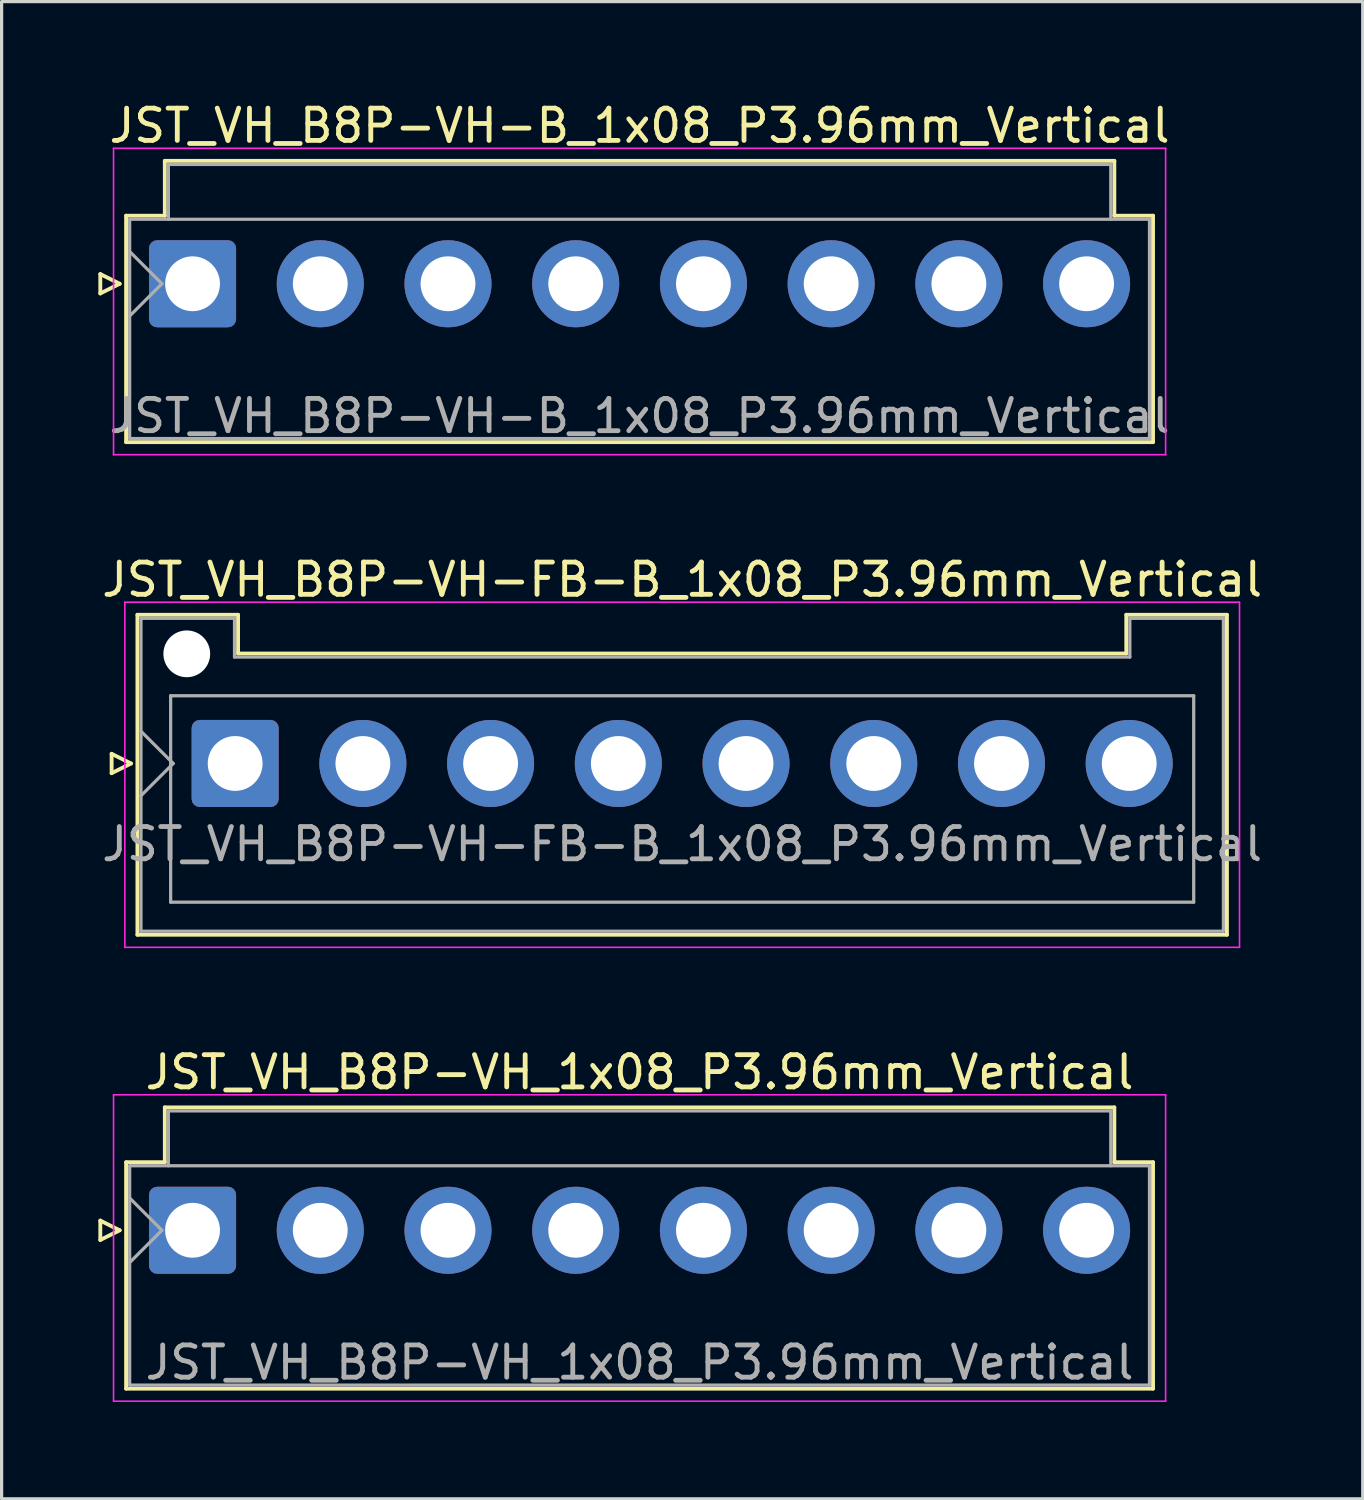
<source format=kicad_pcb>
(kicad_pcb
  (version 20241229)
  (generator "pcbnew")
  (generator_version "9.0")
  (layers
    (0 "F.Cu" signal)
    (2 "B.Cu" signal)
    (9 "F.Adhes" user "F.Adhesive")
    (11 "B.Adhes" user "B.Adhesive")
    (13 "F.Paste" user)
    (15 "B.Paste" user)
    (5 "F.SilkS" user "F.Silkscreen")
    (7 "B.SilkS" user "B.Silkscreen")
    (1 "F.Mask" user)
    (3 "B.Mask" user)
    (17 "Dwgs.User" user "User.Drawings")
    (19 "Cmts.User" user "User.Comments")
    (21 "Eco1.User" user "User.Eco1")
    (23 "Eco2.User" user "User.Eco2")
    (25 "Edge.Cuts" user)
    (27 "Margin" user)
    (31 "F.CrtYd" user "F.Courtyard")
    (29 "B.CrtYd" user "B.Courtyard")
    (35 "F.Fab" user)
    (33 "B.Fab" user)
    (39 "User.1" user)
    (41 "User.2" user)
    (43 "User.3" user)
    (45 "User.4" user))
  (footprint "JST_VH_B8P-VH-FB-B_1x08_P3.96mm_Vertical"
    (layer "F.Cu")
    (at 4.241 20.622)
    (property "Reference" "JST_VH_B8P-VH-FB-B_1x08_P3.96mm_Vertical" (at 13.86 -5.7 0) (layer "F.SilkS") (effects (font (size 1 1) (thickness 0.15))))
    (attr through_hole)
    (fp_line (start -3.83 -0.3) (end -3.23 0) (stroke (width 0.12) (type solid)) (layer "F.SilkS"))
    (fp_line (start -3.83 0.3) (end -3.83 -0.3) (stroke (width 0.12) (type solid)) (layer "F.SilkS"))
    (fp_line (start -3.23 0) (end -3.83 0.3) (stroke (width 0.12) (type solid)) (layer "F.SilkS"))
    (fp_line (start -3.03 -4.61) (end 0.09 -4.61) (stroke (width 0.12) (type solid)) (layer "F.SilkS"))
    (fp_line (start -3.03 5.31) (end -3.03 -4.61) (stroke (width 0.12) (type solid)) (layer "F.SilkS"))
    (fp_line (start 0.09 -4.61) (end 0.09 -3.41) (stroke (width 0.12) (type solid)) (layer "F.SilkS"))
    (fp_line (start 0.09 -3.41) (end 27.63 -3.41) (stroke (width 0.12) (type solid)) (layer "F.SilkS"))
    (fp_line (start 27.63 -4.61) (end 30.75 -4.61) (stroke (width 0.12) (type solid)) (layer "F.SilkS"))
    (fp_line (start 27.63 -3.41) (end 27.63 -4.61) (stroke (width 0.12) (type solid)) (layer "F.SilkS"))
    (fp_line (start 30.75 -4.61) (end 30.75 5.31) (stroke (width 0.12) (type solid)) (layer "F.SilkS"))
    (fp_line (start 30.75 5.31) (end -3.03 5.31) (stroke (width 0.12) (type solid)) (layer "F.SilkS"))
    (fp_line (start -3.42 -5) (end -3.42 5.7) (stroke (width 0.05) (type solid)) (layer "F.CrtYd"))
    (fp_line (start -3.42 5.7) (end 31.14 5.7) (stroke (width 0.05) (type solid)) (layer "F.CrtYd"))
    (fp_line (start 31.14 -5) (end -3.42 -5) (stroke (width 0.05) (type solid)) (layer "F.CrtYd"))
    (fp_line (start 31.14 5.7) (end 31.14 -5) (stroke (width 0.05) (type solid)) (layer "F.CrtYd"))
    (fp_line (start -2.92 -4.5) (end -0.02 -4.5) (stroke (width 0.1) (type solid)) (layer "F.Fab"))
    (fp_line (start -2.92 -1) (end -1.92 0) (stroke (width 0.1) (type solid)) (layer "F.Fab"))
    (fp_line (start -2.92 1) (end -1.92 0) (stroke (width 0.1) (type solid)) (layer "F.Fab"))
    (fp_line (start -2.92 5.2) (end -2.92 -4.5) (stroke (width 0.1) (type solid)) (layer "F.Fab"))
    (fp_line (start -2 -2.1) (end 29.72 -2.1) (stroke (width 0.1) (type solid)) (layer "F.Fab"))
    (fp_line (start -2 4.3) (end -2 -2.1) (stroke (width 0.1) (type solid)) (layer "F.Fab"))
    (fp_line (start -0.02 -4.5) (end -0.02 -3.3) (stroke (width 0.1) (type solid)) (layer "F.Fab"))
    (fp_line (start -0.02 -3.3) (end 27.74 -3.3) (stroke (width 0.1) (type solid)) (layer "F.Fab"))
    (fp_line (start 27.74 -4.5) (end 30.64 -4.5) (stroke (width 0.1) (type solid)) (layer "F.Fab"))
    (fp_line (start 27.74 -3.3) (end 27.74 -4.5) (stroke (width 0.1) (type solid)) (layer "F.Fab"))
    (fp_line (start 29.72 -2.1) (end 29.72 4.3) (stroke (width 0.1) (type solid)) (layer "F.Fab"))
    (fp_line (start 29.72 4.3) (end -2 4.3) (stroke (width 0.1) (type solid)) (layer "F.Fab"))
    (fp_line (start 30.64 -4.5) (end 30.64 5.2) (stroke (width 0.1) (type solid)) (layer "F.Fab"))
    (fp_line (start 30.64 5.2) (end -2.92 5.2) (stroke (width 0.1) (type solid)) (layer "F.Fab"))
    (fp_text user "${REFERENCE}" (at 13.86 2.5 0) (layer "F.Fab") (effects (font (size 1 1) (thickness 0.15))))
    (pad "" np_thru_hole circle (at -1.5 -3.4) (size 1.45 1.45) (drill 1.45) (layers "*.Cu" "*.Mask"))
    (pad "1" thru_hole roundrect (at 0 0) (size 2.7 2.7) (drill 1.7) (layers "*.Cu" "*.Mask") (roundrect_rratio 0.093))
    (pad "2" thru_hole circle (at 3.96 0) (size 2.7 2.7) (drill 1.7) (layers "*.Cu" "*.Mask"))
    (pad "3" thru_hole circle (at 7.92 0) (size 2.7 2.7) (drill 1.7) (layers "*.Cu" "*.Mask"))
    (pad "4" thru_hole circle (at 11.88 0) (size 2.7 2.7) (drill 1.7) (layers "*.Cu" "*.Mask"))
    (pad "5" thru_hole circle (at 15.84 0) (size 2.7 2.7) (drill 1.7) (layers "*.Cu" "*.Mask"))
    (pad "6" thru_hole circle (at 19.8 0) (size 2.7 2.7) (drill 1.7) (layers "*.Cu" "*.Mask"))
    (pad "7" thru_hole circle (at 23.76 0) (size 2.7 2.7) (drill 1.7) (layers "*.Cu" "*.Mask"))
    (pad "8" thru_hole circle (at 27.72 0) (size 2.7 2.7) (drill 1.7) (layers "*.Cu" "*.Mask")))
  (footprint "JST_VH_B8P-VH-B_1x08_P3.96mm_Vertical"
    (layer "F.Cu")
    (at 2.92 5.748)
    (property "Reference" "JST_VH_B8P-VH-B_1x08_P3.96mm_Vertical" (at 13.86 -4.9 0) (layer "F.SilkS") (effects (font (size 1 1) (thickness 0.15))))
    (attr through_hole)
    (fp_line (start -2.86 -0.3) (end -2.26 0) (stroke (width 0.12) (type solid)) (layer "F.SilkS"))
    (fp_line (start -2.86 0.3) (end -2.86 -0.3) (stroke (width 0.12) (type solid)) (layer "F.SilkS"))
    (fp_line (start -2.26 0) (end -2.86 0.3) (stroke (width 0.12) (type solid)) (layer "F.SilkS"))
    (fp_line (start -2.06 -2.11) (end -0.86 -2.11) (stroke (width 0.12) (type solid)) (layer "F.SilkS"))
    (fp_line (start -2.06 4.91) (end -2.06 -2.11) (stroke (width 0.12) (type solid)) (layer "F.SilkS"))
    (fp_line (start -0.86 -3.81) (end 28.58 -3.81) (stroke (width 0.12) (type solid)) (layer "F.SilkS"))
    (fp_line (start -0.86 -2.11) (end -0.86 -3.81) (stroke (width 0.12) (type solid)) (layer "F.SilkS"))
    (fp_line (start 28.58 -3.81) (end 28.58 -2.11) (stroke (width 0.12) (type solid)) (layer "F.SilkS"))
    (fp_line (start 28.58 -2.11) (end 29.78 -2.11) (stroke (width 0.12) (type solid)) (layer "F.SilkS"))
    (fp_line (start 29.78 -2.11) (end 29.78 4.91) (stroke (width 0.12) (type solid)) (layer "F.SilkS"))
    (fp_line (start 29.78 4.91) (end -2.06 4.91) (stroke (width 0.12) (type solid)) (layer "F.SilkS"))
    (fp_line (start -2.45 -4.2) (end -2.45 5.3) (stroke (width 0.05) (type solid)) (layer "F.CrtYd"))
    (fp_line (start -2.45 5.3) (end 30.17 5.3) (stroke (width 0.05) (type solid)) (layer "F.CrtYd"))
    (fp_line (start 30.17 -4.2) (end -2.45 -4.2) (stroke (width 0.05) (type solid)) (layer "F.CrtYd"))
    (fp_line (start 30.17 5.3) (end 30.17 -4.2) (stroke (width 0.05) (type solid)) (layer "F.CrtYd"))
    (fp_line (start -1.95 -2) (end -1.95 4.8) (stroke (width 0.1) (type solid)) (layer "F.Fab"))
    (fp_line (start -1.95 -1) (end -0.95 0) (stroke (width 0.1) (type solid)) (layer "F.Fab"))
    (fp_line (start -1.95 1) (end -0.95 0) (stroke (width 0.1) (type solid)) (layer "F.Fab"))
    (fp_line (start -1.95 4.8) (end 29.67 4.8) (stroke (width 0.1) (type solid)) (layer "F.Fab"))
    (fp_line (start -0.75 -3.7) (end 28.47 -3.7) (stroke (width 0.1) (type solid)) (layer "F.Fab"))
    (fp_line (start -0.75 -2) (end -0.75 -3.7) (stroke (width 0.1) (type solid)) (layer "F.Fab"))
    (fp_line (start 28.47 -3.7) (end 28.47 -2) (stroke (width 0.1) (type solid)) (layer "F.Fab"))
    (fp_line (start 29.67 -2) (end -1.95 -2) (stroke (width 0.1) (type solid)) (layer "F.Fab"))
    (fp_line (start 29.67 4.8) (end 29.67 -2) (stroke (width 0.1) (type solid)) (layer "F.Fab"))
    (fp_text user "${REFERENCE}" (at 13.86 4.1 0) (layer "F.Fab") (effects (font (size 1 1) (thickness 0.15))))
    (pad "1" thru_hole roundrect (at 0 0) (size 2.7 2.7) (drill 1.7) (layers "*.Cu" "*.Mask") (roundrect_rratio 0.093))
    (pad "2" thru_hole circle (at 3.96 0) (size 2.7 2.7) (drill 1.7) (layers "*.Cu" "*.Mask"))
    (pad "3" thru_hole circle (at 7.92 0) (size 2.7 2.7) (drill 1.7) (layers "*.Cu" "*.Mask"))
    (pad "4" thru_hole circle (at 11.88 0) (size 2.7 2.7) (drill 1.7) (layers "*.Cu" "*.Mask"))
    (pad "5" thru_hole circle (at 15.84 0) (size 2.7 2.7) (drill 1.7) (layers "*.Cu" "*.Mask"))
    (pad "6" thru_hole circle (at 19.8 0) (size 2.7 2.7) (drill 1.7) (layers "*.Cu" "*.Mask"))
    (pad "7" thru_hole circle (at 23.76 0) (size 2.7 2.7) (drill 1.7) (layers "*.Cu" "*.Mask"))
    (pad "8" thru_hole circle (at 27.72 0) (size 2.7 2.7) (drill 1.7) (layers "*.Cu" "*.Mask")))
  (footprint "JST_VH_B8P-VH_1x08_P3.96mm_Vertical"
    (layer "F.Cu")
    (at 2.92 35.095)
    (property "Reference" "JST_VH_B8P-VH_1x08_P3.96mm_Vertical" (at 13.86 -4.9 0) (layer "F.SilkS") (effects (font (size 1 1) (thickness 0.15))))
    (attr through_hole)
    (fp_line (start -2.86 -0.3) (end -2.26 0) (stroke (width 0.12) (type solid)) (layer "F.SilkS"))
    (fp_line (start -2.86 0.3) (end -2.86 -0.3) (stroke (width 0.12) (type solid)) (layer "F.SilkS"))
    (fp_line (start -2.26 0) (end -2.86 0.3) (stroke (width 0.12) (type solid)) (layer "F.SilkS"))
    (fp_line (start -2.06 -2.11) (end -0.86 -2.11) (stroke (width 0.12) (type solid)) (layer "F.SilkS"))
    (fp_line (start -2.06 4.91) (end -2.06 -2.11) (stroke (width 0.12) (type solid)) (layer "F.SilkS"))
    (fp_line (start -0.86 -3.81) (end 28.58 -3.81) (stroke (width 0.12) (type solid)) (layer "F.SilkS"))
    (fp_line (start -0.86 -2.11) (end -0.86 -3.81) (stroke (width 0.12) (type solid)) (layer "F.SilkS"))
    (fp_line (start 28.58 -3.81) (end 28.58 -2.11) (stroke (width 0.12) (type solid)) (layer "F.SilkS"))
    (fp_line (start 28.58 -2.11) (end 29.78 -2.11) (stroke (width 0.12) (type solid)) (layer "F.SilkS"))
    (fp_line (start 29.78 -2.11) (end 29.78 4.91) (stroke (width 0.12) (type solid)) (layer "F.SilkS"))
    (fp_line (start 29.78 4.91) (end -2.06 4.91) (stroke (width 0.12) (type solid)) (layer "F.SilkS"))
    (fp_line (start -2.45 -4.2) (end -2.45 5.3) (stroke (width 0.05) (type solid)) (layer "F.CrtYd"))
    (fp_line (start -2.45 5.3) (end 30.17 5.3) (stroke (width 0.05) (type solid)) (layer "F.CrtYd"))
    (fp_line (start 30.17 -4.2) (end -2.45 -4.2) (stroke (width 0.05) (type solid)) (layer "F.CrtYd"))
    (fp_line (start 30.17 5.3) (end 30.17 -4.2) (stroke (width 0.05) (type solid)) (layer "F.CrtYd"))
    (fp_line (start -1.95 -2) (end -1.95 4.8) (stroke (width 0.1) (type solid)) (layer "F.Fab"))
    (fp_line (start -1.95 -1) (end -0.95 0) (stroke (width 0.1) (type solid)) (layer "F.Fab"))
    (fp_line (start -1.95 1) (end -0.95 0) (stroke (width 0.1) (type solid)) (layer "F.Fab"))
    (fp_line (start -1.95 4.8) (end 29.67 4.8) (stroke (width 0.1) (type solid)) (layer "F.Fab"))
    (fp_line (start -0.75 -3.7) (end 28.47 -3.7) (stroke (width 0.1) (type solid)) (layer "F.Fab"))
    (fp_line (start -0.75 -2) (end -0.75 -3.7) (stroke (width 0.1) (type solid)) (layer "F.Fab"))
    (fp_line (start 28.47 -3.7) (end 28.47 -2) (stroke (width 0.1) (type solid)) (layer "F.Fab"))
    (fp_line (start 29.67 -2) (end -1.95 -2) (stroke (width 0.1) (type solid)) (layer "F.Fab"))
    (fp_line (start 29.67 4.8) (end 29.67 -2) (stroke (width 0.1) (type solid)) (layer "F.Fab"))
    (fp_text user "${REFERENCE}" (at 13.86 4.1 0) (layer "F.Fab") (effects (font (size 1 1) (thickness 0.15))))
    (pad "1" thru_hole roundrect (at 0 0) (size 2.7 2.7) (drill 1.7) (layers "*.Cu" "*.Mask") (roundrect_rratio 0.093))
    (pad "2" thru_hole circle (at 3.96 0) (size 2.7 2.7) (drill 1.7) (layers "*.Cu" "*.Mask"))
    (pad "3" thru_hole circle (at 7.92 0) (size 2.7 2.7) (drill 1.7) (layers "*.Cu" "*.Mask"))
    (pad "4" thru_hole circle (at 11.88 0) (size 2.7 2.7) (drill 1.7) (layers "*.Cu" "*.Mask"))
    (pad "5" thru_hole circle (at 15.84 0) (size 2.7 2.7) (drill 1.7) (layers "*.Cu" "*.Mask"))
    (pad "6" thru_hole circle (at 19.8 0) (size 2.7 2.7) (drill 1.7) (layers "*.Cu" "*.Mask"))
    (pad "7" thru_hole circle (at 23.76 0) (size 2.7 2.7) (drill 1.7) (layers "*.Cu" "*.Mask"))
    (pad "8" thru_hole circle (at 27.72 0) (size 2.7 2.7) (drill 1.7) (layers "*.Cu" "*.Mask")))
  (gr_rect
    (start -3 -3)
    (end 39.202 43.42)
    (stroke (width 0.1) (type default))
    (fill no)
    (layer "Edge.Cuts")))
</source>
